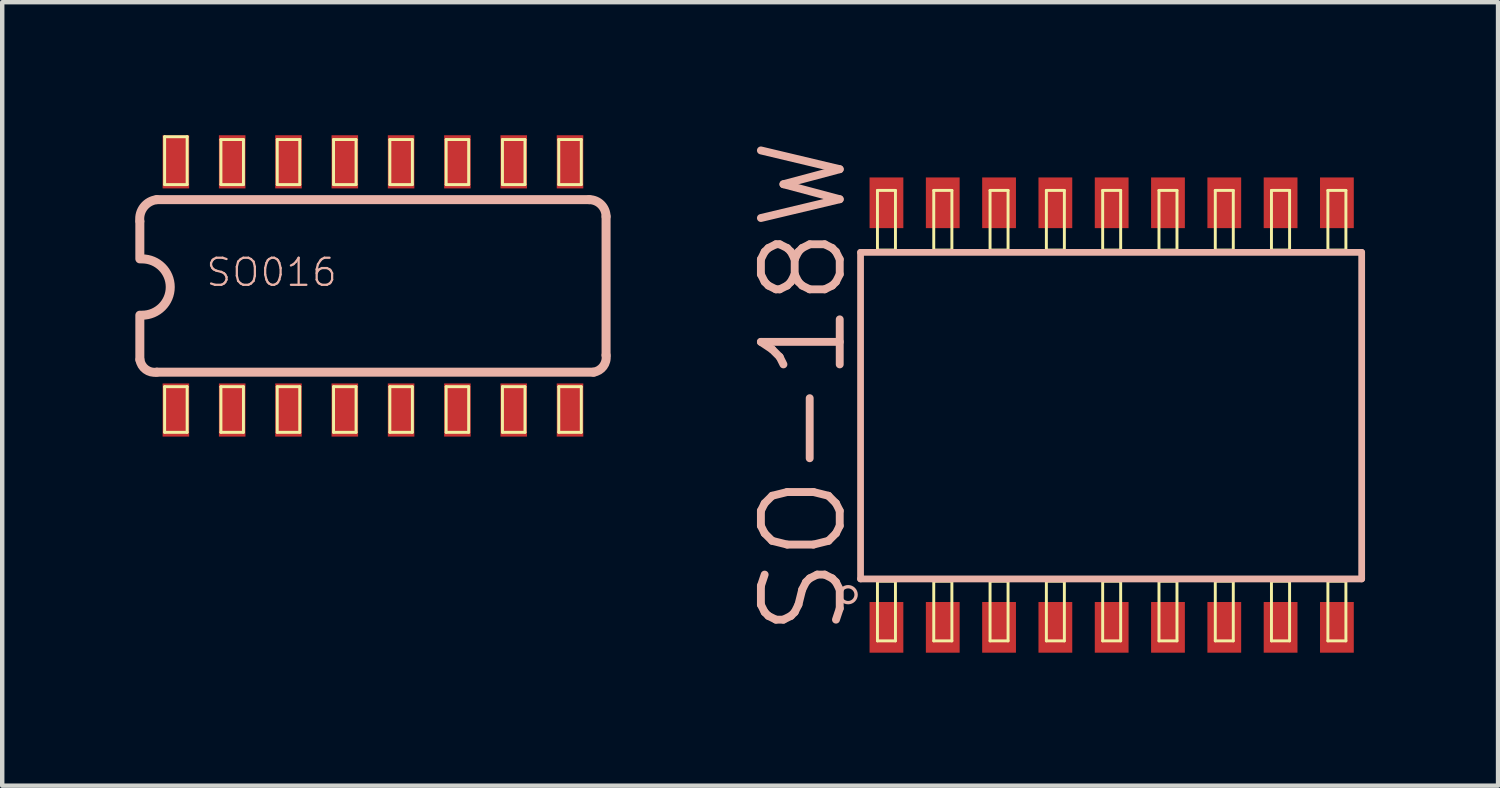
<source format=kicad_pcb>
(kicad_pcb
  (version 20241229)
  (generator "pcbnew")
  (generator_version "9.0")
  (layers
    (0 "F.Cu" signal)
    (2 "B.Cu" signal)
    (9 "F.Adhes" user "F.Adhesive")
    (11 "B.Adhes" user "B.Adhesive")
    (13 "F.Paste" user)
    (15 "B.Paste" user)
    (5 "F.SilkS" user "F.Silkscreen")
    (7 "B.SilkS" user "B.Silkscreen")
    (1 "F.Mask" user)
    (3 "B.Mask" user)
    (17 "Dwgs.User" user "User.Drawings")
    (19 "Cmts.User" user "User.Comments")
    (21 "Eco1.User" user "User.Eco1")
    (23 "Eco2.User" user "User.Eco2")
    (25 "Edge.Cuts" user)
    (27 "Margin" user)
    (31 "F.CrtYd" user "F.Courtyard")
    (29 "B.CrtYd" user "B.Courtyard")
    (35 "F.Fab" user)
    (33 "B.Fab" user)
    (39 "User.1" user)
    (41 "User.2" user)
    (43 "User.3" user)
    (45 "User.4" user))
  (footprint "SO016"
    (layer "F.Cu")
    (at 5.362 3.399)
    (property "Reference" "SO016" (at -2.286 -0.305 0) (layer "B.SilkS") (effects (font (size 0.61 0.61) (thickness 0.051))))
    (attr smd)
    (fp_line (start -4.699 -3.365) (end -4.191 -3.365) (stroke (width 0.066) (type solid)) (layer "F.SilkS"))
    (fp_line (start -4.699 -2.286) (end -4.699 -3.365) (stroke (width 0.066) (type solid)) (layer "F.SilkS"))
    (fp_line (start -4.699 -2.286) (end -4.191 -2.286) (stroke (width 0.066) (type solid)) (layer "F.SilkS"))
    (fp_line (start -4.699 2.273) (end -4.191 2.273) (stroke (width 0.066) (type solid)) (layer "F.SilkS"))
    (fp_line (start -4.699 3.302) (end -4.699 2.273) (stroke (width 0.066) (type solid)) (layer "F.SilkS"))
    (fp_line (start -4.699 3.302) (end -4.191 3.302) (stroke (width 0.066) (type solid)) (layer "F.SilkS"))
    (fp_line (start -4.191 -2.286) (end -4.191 -3.365) (stroke (width 0.066) (type solid)) (layer "F.SilkS"))
    (fp_line (start -4.191 3.302) (end -4.191 2.273) (stroke (width 0.066) (type solid)) (layer "F.SilkS"))
    (fp_line (start -3.429 -3.302) (end -2.921 -3.302) (stroke (width 0.066) (type solid)) (layer "F.SilkS"))
    (fp_line (start -3.429 -2.286) (end -3.429 -3.302) (stroke (width 0.066) (type solid)) (layer "F.SilkS"))
    (fp_line (start -3.429 -2.286) (end -2.921 -2.286) (stroke (width 0.066) (type solid)) (layer "F.SilkS"))
    (fp_line (start -3.429 2.273) (end -2.921 2.273) (stroke (width 0.066) (type solid)) (layer "F.SilkS"))
    (fp_line (start -3.429 3.302) (end -3.429 2.273) (stroke (width 0.066) (type solid)) (layer "F.SilkS"))
    (fp_line (start -3.429 3.302) (end -2.921 3.302) (stroke (width 0.066) (type solid)) (layer "F.SilkS"))
    (fp_line (start -2.921 -2.286) (end -2.921 -3.302) (stroke (width 0.066) (type solid)) (layer "F.SilkS"))
    (fp_line (start -2.921 3.302) (end -2.921 2.273) (stroke (width 0.066) (type solid)) (layer "F.SilkS"))
    (fp_line (start -2.159 -3.302) (end -1.651 -3.302) (stroke (width 0.066) (type solid)) (layer "F.SilkS"))
    (fp_line (start -2.159 -2.286) (end -2.159 -3.302) (stroke (width 0.066) (type solid)) (layer "F.SilkS"))
    (fp_line (start -2.159 -2.286) (end -1.651 -2.286) (stroke (width 0.066) (type solid)) (layer "F.SilkS"))
    (fp_line (start -2.159 2.273) (end -1.651 2.273) (stroke (width 0.066) (type solid)) (layer "F.SilkS"))
    (fp_line (start -2.159 3.302) (end -2.159 2.273) (stroke (width 0.066) (type solid)) (layer "F.SilkS"))
    (fp_line (start -2.159 3.302) (end -1.651 3.302) (stroke (width 0.066) (type solid)) (layer "F.SilkS"))
    (fp_line (start -1.651 -2.286) (end -1.651 -3.302) (stroke (width 0.066) (type solid)) (layer "F.SilkS"))
    (fp_line (start -1.651 3.302) (end -1.651 2.273) (stroke (width 0.066) (type solid)) (layer "F.SilkS"))
    (fp_line (start -0.889 -3.302) (end -0.381 -3.302) (stroke (width 0.066) (type solid)) (layer "F.SilkS"))
    (fp_line (start -0.889 -2.286) (end -0.889 -3.302) (stroke (width 0.066) (type solid)) (layer "F.SilkS"))
    (fp_line (start -0.889 -2.286) (end -0.381 -2.286) (stroke (width 0.066) (type solid)) (layer "F.SilkS"))
    (fp_line (start -0.889 2.273) (end -0.381 2.273) (stroke (width 0.066) (type solid)) (layer "F.SilkS"))
    (fp_line (start -0.889 3.302) (end -0.889 2.273) (stroke (width 0.066) (type solid)) (layer "F.SilkS"))
    (fp_line (start -0.889 3.302) (end -0.381 3.302) (stroke (width 0.066) (type solid)) (layer "F.SilkS"))
    (fp_line (start -0.381 -2.286) (end -0.381 -3.302) (stroke (width 0.066) (type solid)) (layer "F.SilkS"))
    (fp_line (start -0.381 3.302) (end -0.381 2.273) (stroke (width 0.066) (type solid)) (layer "F.SilkS"))
    (fp_line (start 0.381 -3.302) (end 0.889 -3.302) (stroke (width 0.066) (type solid)) (layer "F.SilkS"))
    (fp_line (start 0.381 -2.286) (end 0.381 -3.302) (stroke (width 0.066) (type solid)) (layer "F.SilkS"))
    (fp_line (start 0.381 -2.286) (end 0.889 -2.286) (stroke (width 0.066) (type solid)) (layer "F.SilkS"))
    (fp_line (start 0.381 2.273) (end 0.889 2.273) (stroke (width 0.066) (type solid)) (layer "F.SilkS"))
    (fp_line (start 0.381 3.302) (end 0.381 2.273) (stroke (width 0.066) (type solid)) (layer "F.SilkS"))
    (fp_line (start 0.381 3.302) (end 0.889 3.302) (stroke (width 0.066) (type solid)) (layer "F.SilkS"))
    (fp_line (start 0.889 -2.286) (end 0.889 -3.302) (stroke (width 0.066) (type solid)) (layer "F.SilkS"))
    (fp_line (start 0.889 3.302) (end 0.889 2.273) (stroke (width 0.066) (type solid)) (layer "F.SilkS"))
    (fp_line (start 1.651 -3.302) (end 2.159 -3.302) (stroke (width 0.066) (type solid)) (layer "F.SilkS"))
    (fp_line (start 1.651 -2.286) (end 1.651 -3.302) (stroke (width 0.066) (type solid)) (layer "F.SilkS"))
    (fp_line (start 1.651 -2.286) (end 2.159 -2.286) (stroke (width 0.066) (type solid)) (layer "F.SilkS"))
    (fp_line (start 1.651 2.273) (end 2.159 2.273) (stroke (width 0.066) (type solid)) (layer "F.SilkS"))
    (fp_line (start 1.651 3.302) (end 1.651 2.273) (stroke (width 0.066) (type solid)) (layer "F.SilkS"))
    (fp_line (start 1.651 3.302) (end 2.159 3.302) (stroke (width 0.066) (type solid)) (layer "F.SilkS"))
    (fp_line (start 2.159 -2.286) (end 2.159 -3.302) (stroke (width 0.066) (type solid)) (layer "F.SilkS"))
    (fp_line (start 2.159 3.302) (end 2.159 2.273) (stroke (width 0.066) (type solid)) (layer "F.SilkS"))
    (fp_line (start 2.921 -3.302) (end 3.429 -3.302) (stroke (width 0.066) (type solid)) (layer "F.SilkS"))
    (fp_line (start 2.921 -2.286) (end 2.921 -3.302) (stroke (width 0.066) (type solid)) (layer "F.SilkS"))
    (fp_line (start 2.921 -2.286) (end 3.429 -2.286) (stroke (width 0.066) (type solid)) (layer "F.SilkS"))
    (fp_line (start 2.921 2.273) (end 3.429 2.273) (stroke (width 0.066) (type solid)) (layer "F.SilkS"))
    (fp_line (start 2.921 3.302) (end 2.921 2.273) (stroke (width 0.066) (type solid)) (layer "F.SilkS"))
    (fp_line (start 2.921 3.302) (end 3.429 3.302) (stroke (width 0.066) (type solid)) (layer "F.SilkS"))
    (fp_line (start 3.429 -2.286) (end 3.429 -3.302) (stroke (width 0.066) (type solid)) (layer "F.SilkS"))
    (fp_line (start 3.429 3.302) (end 3.429 2.273) (stroke (width 0.066) (type solid)) (layer "F.SilkS"))
    (fp_line (start 4.191 -3.302) (end 4.699 -3.302) (stroke (width 0.066) (type solid)) (layer "F.SilkS"))
    (fp_line (start 4.191 -2.286) (end 4.191 -3.302) (stroke (width 0.066) (type solid)) (layer "F.SilkS"))
    (fp_line (start 4.191 -2.286) (end 4.699 -2.286) (stroke (width 0.066) (type solid)) (layer "F.SilkS"))
    (fp_line (start 4.191 2.273) (end 4.699 2.273) (stroke (width 0.066) (type solid)) (layer "F.SilkS"))
    (fp_line (start 4.191 3.302) (end 4.191 2.273) (stroke (width 0.066) (type solid)) (layer "F.SilkS"))
    (fp_line (start 4.191 3.302) (end 4.699 3.302) (stroke (width 0.066) (type solid)) (layer "F.SilkS"))
    (fp_line (start 4.699 -2.286) (end 4.699 -3.302) (stroke (width 0.066) (type solid)) (layer "F.SilkS"))
    (fp_line (start 4.699 3.302) (end 4.699 2.273) (stroke (width 0.066) (type solid)) (layer "F.SilkS"))
    (fp_line (start -5.258 -1.45) (end -5.258 -0.61) (stroke (width 0.203) (type solid)) (layer "B.SilkS"))
    (fp_line (start -5.258 1.664) (end -5.258 0.66) (stroke (width 0.203) (type solid)) (layer "B.SilkS"))
    (fp_line (start -4.877 1.946) (end 4.976 1.946) (stroke (width 0.203) (type solid)) (layer "B.SilkS"))
    (fp_line (start 4.877 -1.946) (end -4.877 -1.946) (stroke (width 0.203) (type solid)) (layer "B.SilkS"))
    (fp_line (start 5.258 1.565) (end 5.258 -1.565) (stroke (width 0.203) (type solid)) (layer "B.SilkS"))
    (fp_arc (start -5.2578 -1.46304) (mid -5.16725 -1.783248) (end -4.8768 -1.94564) (stroke (width 0.2032) (type solid)) (layer "B.SilkS"))
    (fp_arc (start -5.207 -0.6096) (mid -4.572 0.0254) (end -5.207 0.6604) (stroke (width 0.2032) (type solid)) (layer "B.SilkS"))
    (fp_arc (start -4.8768 1.94564) (mid -5.124422 1.883052) (end -5.25526 1.6637) (stroke (width 0.2032) (type solid)) (layer "B.SilkS"))
    (fp_arc (start 4.8768 -1.94564) (mid 5.146208 -1.834048) (end 5.2578 -1.56464) (stroke (width 0.2032) (type solid)) (layer "B.SilkS"))
    (fp_arc (start 5.2578 1.56464) (mid 5.194468 1.814058) (end 4.97332 1.94564) (stroke (width 0.2032) (type solid)) (layer "B.SilkS"))
    (pad "1" smd rect (at -4.445 2.799) (size 0.599 1.199) (layers "F.Cu" "F.Mask" "F.Paste"))
    (pad "2" smd rect (at -3.175 2.799) (size 0.599 1.199) (layers "F.Cu" "F.Mask" "F.Paste"))
    (pad "3" smd rect (at -1.905 2.799) (size 0.599 1.199) (layers "F.Cu" "F.Mask" "F.Paste"))
    (pad "4" smd rect (at -0.635 2.799) (size 0.599 1.199) (layers "F.Cu" "F.Mask" "F.Paste"))
    (pad "5" smd rect (at 0.635 2.799) (size 0.599 1.199) (layers "F.Cu" "F.Mask" "F.Paste"))
    (pad "6" smd rect (at 1.905 2.799) (size 0.599 1.199) (layers "F.Cu" "F.Mask" "F.Paste"))
    (pad "7" smd rect (at 3.175 2.799) (size 0.599 1.199) (layers "F.Cu" "F.Mask" "F.Paste"))
    (pad "8" smd rect (at 4.445 2.799) (size 0.599 1.199) (layers "F.Cu" "F.Mask" "F.Paste"))
    (pad "9" smd rect (at 4.445 -2.799) (size 0.599 1.199) (layers "F.Cu" "F.Mask" "F.Paste"))
    (pad "10" smd rect (at 3.175 -2.799) (size 0.599 1.199) (layers "F.Cu" "F.Mask" "F.Paste"))
    (pad "11" smd rect (at 1.905 -2.799) (size 0.599 1.199) (layers "F.Cu" "F.Mask" "F.Paste"))
    (pad "12" smd rect (at 0.635 -2.799) (size 0.599 1.199) (layers "F.Cu" "F.Mask" "F.Paste"))
    (pad "13" smd rect (at -0.635 -2.799) (size 0.599 1.199) (layers "F.Cu" "F.Mask" "F.Paste"))
    (pad "14" smd rect (at -1.905 -2.799) (size 0.599 1.199) (layers "F.Cu" "F.Mask" "F.Paste"))
    (pad "15" smd rect (at -3.175 -2.799) (size 0.599 1.199) (layers "F.Cu" "F.Mask" "F.Paste"))
    (pad "16" smd rect (at -4.445 -2.799) (size 0.599 1.199) (layers "F.Cu" "F.Mask" "F.Paste")))
  (footprint "SO-18W"
    (layer "F.Cu")
    (at 22.024 6.312)
    (property "Reference" "SO-18W" (at -6.947 -0.635 90) (layer "B.SilkS") (effects (font (size 1.778 1.778) (thickness 0.178))))
    (attr smd)
    (fp_line (start -5.283 -5.067) (end -4.877 -5.067) (stroke (width 0.066) (type solid)) (layer "F.SilkS"))
    (fp_line (start -5.283 -3.721) (end -5.283 -5.067) (stroke (width 0.066) (type solid)) (layer "F.SilkS"))
    (fp_line (start -5.283 -3.721) (end -4.877 -3.721) (stroke (width 0.066) (type solid)) (layer "F.SilkS"))
    (fp_line (start -5.283 3.747) (end -4.877 3.747) (stroke (width 0.066) (type solid)) (layer "F.SilkS"))
    (fp_line (start -5.283 5.093) (end -5.283 3.747) (stroke (width 0.066) (type solid)) (layer "F.SilkS"))
    (fp_line (start -5.283 5.093) (end -4.877 5.093) (stroke (width 0.066) (type solid)) (layer "F.SilkS"))
    (fp_line (start -4.877 -3.721) (end -4.877 -5.067) (stroke (width 0.066) (type solid)) (layer "F.SilkS"))
    (fp_line (start -4.877 5.093) (end -4.877 3.747) (stroke (width 0.066) (type solid)) (layer "F.SilkS"))
    (fp_line (start -4.013 -5.067) (end -3.604 -5.067) (stroke (width 0.066) (type solid)) (layer "F.SilkS"))
    (fp_line (start -4.013 -3.721) (end -4.013 -5.067) (stroke (width 0.066) (type solid)) (layer "F.SilkS"))
    (fp_line (start -4.013 -3.721) (end -3.604 -3.721) (stroke (width 0.066) (type solid)) (layer "F.SilkS"))
    (fp_line (start -4.013 3.747) (end -3.604 3.747) (stroke (width 0.066) (type solid)) (layer "F.SilkS"))
    (fp_line (start -4.013 5.093) (end -4.013 3.747) (stroke (width 0.066) (type solid)) (layer "F.SilkS"))
    (fp_line (start -4.013 5.093) (end -3.604 5.093) (stroke (width 0.066) (type solid)) (layer "F.SilkS"))
    (fp_line (start -3.604 -3.721) (end -3.604 -5.067) (stroke (width 0.066) (type solid)) (layer "F.SilkS"))
    (fp_line (start -3.604 5.093) (end -3.604 3.747) (stroke (width 0.066) (type solid)) (layer "F.SilkS"))
    (fp_line (start -2.743 -5.067) (end -2.337 -5.067) (stroke (width 0.066) (type solid)) (layer "F.SilkS"))
    (fp_line (start -2.743 -3.721) (end -2.743 -5.067) (stroke (width 0.066) (type solid)) (layer "F.SilkS"))
    (fp_line (start -2.743 -3.721) (end -2.337 -3.721) (stroke (width 0.066) (type solid)) (layer "F.SilkS"))
    (fp_line (start -2.743 3.747) (end -2.337 3.747) (stroke (width 0.066) (type solid)) (layer "F.SilkS"))
    (fp_line (start -2.743 5.093) (end -2.743 3.747) (stroke (width 0.066) (type solid)) (layer "F.SilkS"))
    (fp_line (start -2.743 5.093) (end -2.337 5.093) (stroke (width 0.066) (type solid)) (layer "F.SilkS"))
    (fp_line (start -2.337 -3.721) (end -2.337 -5.067) (stroke (width 0.066) (type solid)) (layer "F.SilkS"))
    (fp_line (start -2.337 5.093) (end -2.337 3.747) (stroke (width 0.066) (type solid)) (layer "F.SilkS"))
    (fp_line (start -1.473 -5.067) (end -1.067 -5.067) (stroke (width 0.066) (type solid)) (layer "F.SilkS"))
    (fp_line (start -1.473 -3.721) (end -1.473 -5.067) (stroke (width 0.066) (type solid)) (layer "F.SilkS"))
    (fp_line (start -1.473 -3.721) (end -1.067 -3.721) (stroke (width 0.066) (type solid)) (layer "F.SilkS"))
    (fp_line (start -1.473 3.747) (end -1.067 3.747) (stroke (width 0.066) (type solid)) (layer "F.SilkS"))
    (fp_line (start -1.473 5.093) (end -1.473 3.747) (stroke (width 0.066) (type solid)) (layer "F.SilkS"))
    (fp_line (start -1.473 5.093) (end -1.067 5.093) (stroke (width 0.066) (type solid)) (layer "F.SilkS"))
    (fp_line (start -1.067 -3.721) (end -1.067 -5.067) (stroke (width 0.066) (type solid)) (layer "F.SilkS"))
    (fp_line (start -1.067 5.093) (end -1.067 3.747) (stroke (width 0.066) (type solid)) (layer "F.SilkS"))
    (fp_line (start -0.203 -5.067) (end 0.203 -5.067) (stroke (width 0.066) (type solid)) (layer "F.SilkS"))
    (fp_line (start -0.203 -3.721) (end -0.203 -5.067) (stroke (width 0.066) (type solid)) (layer "F.SilkS"))
    (fp_line (start -0.203 -3.721) (end 0.203 -3.721) (stroke (width 0.066) (type solid)) (layer "F.SilkS"))
    (fp_line (start -0.203 3.747) (end 0.203 3.747) (stroke (width 0.066) (type solid)) (layer "F.SilkS"))
    (fp_line (start -0.203 5.093) (end -0.203 3.747) (stroke (width 0.066) (type solid)) (layer "F.SilkS"))
    (fp_line (start -0.203 5.093) (end 0.203 5.093) (stroke (width 0.066) (type solid)) (layer "F.SilkS"))
    (fp_line (start 0.203 -3.721) (end 0.203 -5.067) (stroke (width 0.066) (type solid)) (layer "F.SilkS"))
    (fp_line (start 0.203 5.093) (end 0.203 3.747) (stroke (width 0.066) (type solid)) (layer "F.SilkS"))
    (fp_line (start 1.067 -5.067) (end 1.473 -5.067) (stroke (width 0.066) (type solid)) (layer "F.SilkS"))
    (fp_line (start 1.067 -3.721) (end 1.067 -5.067) (stroke (width 0.066) (type solid)) (layer "F.SilkS"))
    (fp_line (start 1.067 -3.721) (end 1.473 -3.721) (stroke (width 0.066) (type solid)) (layer "F.SilkS"))
    (fp_line (start 1.067 3.747) (end 1.473 3.747) (stroke (width 0.066) (type solid)) (layer "F.SilkS"))
    (fp_line (start 1.067 5.093) (end 1.067 3.747) (stroke (width 0.066) (type solid)) (layer "F.SilkS"))
    (fp_line (start 1.067 5.093) (end 1.473 5.093) (stroke (width 0.066) (type solid)) (layer "F.SilkS"))
    (fp_line (start 1.473 -3.721) (end 1.473 -5.067) (stroke (width 0.066) (type solid)) (layer "F.SilkS"))
    (fp_line (start 1.473 5.093) (end 1.473 3.747) (stroke (width 0.066) (type solid)) (layer "F.SilkS"))
    (fp_line (start 2.337 -5.067) (end 2.743 -5.067) (stroke (width 0.066) (type solid)) (layer "F.SilkS"))
    (fp_line (start 2.337 -3.721) (end 2.337 -5.067) (stroke (width 0.066) (type solid)) (layer "F.SilkS"))
    (fp_line (start 2.337 -3.721) (end 2.743 -3.721) (stroke (width 0.066) (type solid)) (layer "F.SilkS"))
    (fp_line (start 2.337 3.747) (end 2.743 3.747) (stroke (width 0.066) (type solid)) (layer "F.SilkS"))
    (fp_line (start 2.337 5.093) (end 2.337 3.747) (stroke (width 0.066) (type solid)) (layer "F.SilkS"))
    (fp_line (start 2.337 5.093) (end 2.743 5.093) (stroke (width 0.066) (type solid)) (layer "F.SilkS"))
    (fp_line (start 2.743 -3.721) (end 2.743 -5.067) (stroke (width 0.066) (type solid)) (layer "F.SilkS"))
    (fp_line (start 2.743 5.093) (end 2.743 3.747) (stroke (width 0.066) (type solid)) (layer "F.SilkS"))
    (fp_line (start 3.604 -5.067) (end 4.013 -5.067) (stroke (width 0.066) (type solid)) (layer "F.SilkS"))
    (fp_line (start 3.604 -3.721) (end 3.604 -5.067) (stroke (width 0.066) (type solid)) (layer "F.SilkS"))
    (fp_line (start 3.604 -3.721) (end 4.013 -3.721) (stroke (width 0.066) (type solid)) (layer "F.SilkS"))
    (fp_line (start 3.604 3.747) (end 4.013 3.747) (stroke (width 0.066) (type solid)) (layer "F.SilkS"))
    (fp_line (start 3.604 5.093) (end 3.604 3.747) (stroke (width 0.066) (type solid)) (layer "F.SilkS"))
    (fp_line (start 3.604 5.093) (end 4.013 5.093) (stroke (width 0.066) (type solid)) (layer "F.SilkS"))
    (fp_line (start 4.013 -3.721) (end 4.013 -5.067) (stroke (width 0.066) (type solid)) (layer "F.SilkS"))
    (fp_line (start 4.013 5.093) (end 4.013 3.747) (stroke (width 0.066) (type solid)) (layer "F.SilkS"))
    (fp_line (start 4.877 -5.067) (end 5.283 -5.067) (stroke (width 0.066) (type solid)) (layer "F.SilkS"))
    (fp_line (start 4.877 -3.721) (end 4.877 -5.067) (stroke (width 0.066) (type solid)) (layer "F.SilkS"))
    (fp_line (start 4.877 -3.721) (end 5.283 -3.721) (stroke (width 0.066) (type solid)) (layer "F.SilkS"))
    (fp_line (start 4.877 3.747) (end 5.283 3.747) (stroke (width 0.066) (type solid)) (layer "F.SilkS"))
    (fp_line (start 4.877 5.093) (end 4.877 3.747) (stroke (width 0.066) (type solid)) (layer "F.SilkS"))
    (fp_line (start 4.877 5.093) (end 5.283 5.093) (stroke (width 0.066) (type solid)) (layer "F.SilkS"))
    (fp_line (start 5.283 -3.721) (end 5.283 -5.067) (stroke (width 0.066) (type solid)) (layer "F.SilkS"))
    (fp_line (start 5.283 5.093) (end 5.283 3.747) (stroke (width 0.066) (type solid)) (layer "F.SilkS"))
    (fp_line (start -5.664 -3.67) (end -5.664 3.696) (stroke (width 0.152) (type solid)) (layer "B.SilkS"))
    (fp_line (start -5.664 3.696) (end 5.639 3.696) (stroke (width 0.152) (type solid)) (layer "B.SilkS"))
    (fp_line (start 5.639 -3.67) (end -5.664 -3.67) (stroke (width 0.152) (type solid)) (layer "B.SilkS"))
    (fp_line (start 5.639 3.696) (end 5.639 -3.67) (stroke (width 0.152) (type solid)) (layer "B.SilkS"))
    (fp_circle (center -5.944 4.051) (end -6.071 4.178) (stroke (width 0.076) (type solid)) (fill no) (layer "B.SilkS"))
    (pad "1" smd rect (at -5.08 4.788) (size 0.762 1.143) (layers "F.Cu" "F.Mask" "F.Paste"))
    (pad "2" smd rect (at -3.81 4.788) (size 0.762 1.143) (layers "F.Cu" "F.Mask" "F.Paste"))
    (pad "3" smd rect (at -2.54 4.788) (size 0.762 1.143) (layers "F.Cu" "F.Mask" "F.Paste"))
    (pad "4" smd rect (at -1.27 4.788) (size 0.762 1.143) (layers "F.Cu" "F.Mask" "F.Paste"))
    (pad "5" smd rect (at 0 4.788) (size 0.762 1.143) (layers "F.Cu" "F.Mask" "F.Paste"))
    (pad "6" smd rect (at 1.27 4.788) (size 0.762 1.143) (layers "F.Cu" "F.Mask" "F.Paste"))
    (pad "7" smd rect (at 2.54 4.788) (size 0.762 1.143) (layers "F.Cu" "F.Mask" "F.Paste"))
    (pad "8" smd rect (at 3.81 4.788) (size 0.762 1.143) (layers "F.Cu" "F.Mask" "F.Paste"))
    (pad "9" smd rect (at 5.08 4.788) (size 0.762 1.143) (layers "F.Cu" "F.Mask" "F.Paste"))
    (pad "10" smd rect (at 5.08 -4.788) (size 0.762 1.143) (layers "F.Cu" "F.Mask" "F.Paste"))
    (pad "11" smd rect (at 3.81 -4.788) (size 0.762 1.143) (layers "F.Cu" "F.Mask" "F.Paste"))
    (pad "12" smd rect (at 2.54 -4.788) (size 0.762 1.143) (layers "F.Cu" "F.Mask" "F.Paste"))
    (pad "13" smd rect (at 1.27 -4.788) (size 0.762 1.143) (layers "F.Cu" "F.Mask" "F.Paste"))
    (pad "14" smd rect (at 0 -4.788) (size 0.762 1.143) (layers "F.Cu" "F.Mask" "F.Paste"))
    (pad "15" smd rect (at -1.27 -4.788) (size 0.762 1.143) (layers "F.Cu" "F.Mask" "F.Paste"))
    (pad "16" smd rect (at -2.54 -4.788) (size 0.762 1.143) (layers "F.Cu" "F.Mask" "F.Paste"))
    (pad "17" smd rect (at -3.81 -4.788) (size 0.762 1.143) (layers "F.Cu" "F.Mask" "F.Paste"))
    (pad "18" smd rect (at -5.08 -4.788) (size 0.762 1.143) (layers "F.Cu" "F.Mask" "F.Paste")))
  (gr_rect
    (start -3 -3)
    (end 30.739 14.671)
    (stroke (width 0.1) (type default))
    (fill no)
    (layer "Edge.Cuts")))
</source>
